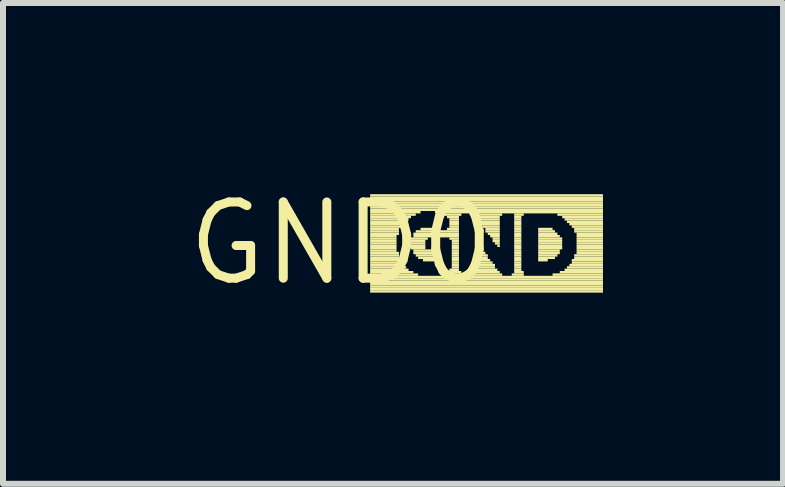
<source format=kicad_pcb>
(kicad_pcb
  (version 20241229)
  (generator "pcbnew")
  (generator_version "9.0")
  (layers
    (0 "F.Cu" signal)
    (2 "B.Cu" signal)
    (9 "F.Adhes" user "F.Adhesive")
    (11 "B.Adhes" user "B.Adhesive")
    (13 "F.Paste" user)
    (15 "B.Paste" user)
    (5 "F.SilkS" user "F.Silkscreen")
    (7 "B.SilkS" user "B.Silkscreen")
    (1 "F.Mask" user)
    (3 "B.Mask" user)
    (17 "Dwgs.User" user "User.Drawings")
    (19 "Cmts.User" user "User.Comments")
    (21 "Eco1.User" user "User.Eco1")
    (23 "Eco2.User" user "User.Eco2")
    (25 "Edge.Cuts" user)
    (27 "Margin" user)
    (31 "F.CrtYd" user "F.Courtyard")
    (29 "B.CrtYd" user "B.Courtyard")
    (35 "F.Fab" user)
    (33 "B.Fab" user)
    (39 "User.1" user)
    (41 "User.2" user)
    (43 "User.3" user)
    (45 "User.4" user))
  (footprint "GND0"
    (layer "F.Cu")
    (at 2.638 1.006)
    (property "Reference" "GND0" (at 0 0 0) (layer "F.SilkS") (effects (font (size 1.27 1.27) (thickness 0.15))))
    (attr through_hole)
    (fp_poly (pts (xy 0.48 -0.78) (xy 4.36 -0.78) (xy 4.36 -0.82) (xy 0.48 -0.82)) (stroke (width 0) (type solid)) (fill yes) (layer "F.SilkS"))
    (fp_poly (pts (xy 0.48 -0.74) (xy 4.36 -0.74) (xy 4.36 -0.78) (xy 0.48 -0.78)) (stroke (width 0) (type solid)) (fill yes) (layer "F.SilkS"))
    (fp_poly (pts (xy 0.48 -0.7) (xy 4.36 -0.7) (xy 4.36 -0.74) (xy 0.48 -0.74)) (stroke (width 0) (type solid)) (fill yes) (layer "F.SilkS"))
    (fp_poly (pts (xy 0.48 -0.66) (xy 4.36 -0.66) (xy 4.36 -0.7) (xy 0.48 -0.7)) (stroke (width 0) (type solid)) (fill yes) (layer "F.SilkS"))
    (fp_poly (pts (xy 0.48 -0.62) (xy 4.36 -0.62) (xy 4.36 -0.66) (xy 0.48 -0.66)) (stroke (width 0) (type solid)) (fill yes) (layer "F.SilkS"))
    (fp_poly (pts (xy 0.48 -0.58) (xy 4.36 -0.58) (xy 4.36 -0.62) (xy 0.48 -0.62)) (stroke (width 0) (type solid)) (fill yes) (layer "F.SilkS"))
    (fp_poly (pts (xy 0.48 -0.54) (xy 4.36 -0.54) (xy 4.36 -0.58) (xy 0.48 -0.58)) (stroke (width 0) (type solid)) (fill yes) (layer "F.SilkS"))
    (fp_poly (pts (xy 0.48 -0.5) (xy 1.32 -0.5) (xy 1.32 -0.54) (xy 0.48 -0.54)) (stroke (width 0) (type solid)) (fill yes) (layer "F.SilkS"))
    (fp_poly (pts (xy 0.48 -0.46) (xy 1.24 -0.46) (xy 1.24 -0.5) (xy 0.48 -0.5)) (stroke (width 0) (type solid)) (fill yes) (layer "F.SilkS"))
    (fp_poly (pts (xy 0.48 -0.42) (xy 1.16 -0.42) (xy 1.16 -0.46) (xy 0.48 -0.46)) (stroke (width 0) (type solid)) (fill yes) (layer "F.SilkS"))
    (fp_poly (pts (xy 0.48 -0.38) (xy 1.12 -0.38) (xy 1.12 -0.42) (xy 0.48 -0.42)) (stroke (width 0) (type solid)) (fill yes) (layer "F.SilkS"))
    (fp_poly (pts (xy 0.48 -0.34) (xy 1.04 -0.34) (xy 1.04 -0.38) (xy 0.48 -0.38)) (stroke (width 0) (type solid)) (fill yes) (layer "F.SilkS"))
    (fp_poly (pts (xy 0.48 -0.3) (xy 1.04 -0.3) (xy 1.04 -0.34) (xy 0.48 -0.34)) (stroke (width 0) (type solid)) (fill yes) (layer "F.SilkS"))
    (fp_poly (pts (xy 0.48 -0.26) (xy 1 -0.26) (xy 1 -0.3) (xy 0.48 -0.3)) (stroke (width 0) (type solid)) (fill yes) (layer "F.SilkS"))
    (fp_poly (pts (xy 0.48 -0.22) (xy 0.96 -0.22) (xy 0.96 -0.26) (xy 0.48 -0.26)) (stroke (width 0) (type solid)) (fill yes) (layer "F.SilkS"))
    (fp_poly (pts (xy 0.48 -0.18) (xy 0.96 -0.18) (xy 0.96 -0.22) (xy 0.48 -0.22)) (stroke (width 0) (type solid)) (fill yes) (layer "F.SilkS"))
    (fp_poly (pts (xy 0.48 -0.14) (xy 0.96 -0.14) (xy 0.96 -0.18) (xy 0.48 -0.18)) (stroke (width 0) (type solid)) (fill yes) (layer "F.SilkS"))
    (fp_poly (pts (xy 0.48 -0.1) (xy 0.92 -0.1) (xy 0.92 -0.14) (xy 0.48 -0.14)) (stroke (width 0) (type solid)) (fill yes) (layer "F.SilkS"))
    (fp_poly (pts (xy 0.48 -0.06) (xy 0.92 -0.06) (xy 0.92 -0.1) (xy 0.48 -0.1)) (stroke (width 0) (type solid)) (fill yes) (layer "F.SilkS"))
    (fp_poly (pts (xy 0.48 -0.02) (xy 0.92 -0.02) (xy 0.92 -0.06) (xy 0.48 -0.06)) (stroke (width 0) (type solid)) (fill yes) (layer "F.SilkS"))
    (fp_poly (pts (xy 0.48 0.02) (xy 0.92 0.02) (xy 0.92 -0.02) (xy 0.48 -0.02)) (stroke (width 0) (type solid)) (fill yes) (layer "F.SilkS"))
    (fp_poly (pts (xy 0.48 0.06) (xy 0.92 0.06) (xy 0.92 0.02) (xy 0.48 0.02)) (stroke (width 0) (type solid)) (fill yes) (layer "F.SilkS"))
    (fp_poly (pts (xy 0.48 0.1) (xy 0.92 0.1) (xy 0.92 0.06) (xy 0.48 0.06)) (stroke (width 0) (type solid)) (fill yes) (layer "F.SilkS"))
    (fp_poly (pts (xy 0.48 0.14) (xy 0.92 0.14) (xy 0.92 0.1) (xy 0.48 0.1)) (stroke (width 0) (type solid)) (fill yes) (layer "F.SilkS"))
    (fp_poly (pts (xy 0.48 0.18) (xy 0.96 0.18) (xy 0.96 0.14) (xy 0.48 0.14)) (stroke (width 0) (type solid)) (fill yes) (layer "F.SilkS"))
    (fp_poly (pts (xy 0.48 0.22) (xy 0.96 0.22) (xy 0.96 0.18) (xy 0.48 0.18)) (stroke (width 0) (type solid)) (fill yes) (layer "F.SilkS"))
    (fp_poly (pts (xy 0.48 0.26) (xy 0.96 0.26) (xy 0.96 0.22) (xy 0.48 0.22)) (stroke (width 0) (type solid)) (fill yes) (layer "F.SilkS"))
    (fp_poly (pts (xy 0.48 0.3) (xy 1 0.3) (xy 1 0.26) (xy 0.48 0.26)) (stroke (width 0) (type solid)) (fill yes) (layer "F.SilkS"))
    (fp_poly (pts (xy 0.48 0.34) (xy 1 0.34) (xy 1 0.3) (xy 0.48 0.3)) (stroke (width 0) (type solid)) (fill yes) (layer "F.SilkS"))
    (fp_poly (pts (xy 0.48 0.38) (xy 1.04 0.38) (xy 1.04 0.34) (xy 0.48 0.34)) (stroke (width 0) (type solid)) (fill yes) (layer "F.SilkS"))
    (fp_poly (pts (xy 0.48 0.42) (xy 1.08 0.42) (xy 1.08 0.38) (xy 0.48 0.38)) (stroke (width 0) (type solid)) (fill yes) (layer "F.SilkS"))
    (fp_poly (pts (xy 0.48 0.46) (xy 1.12 0.46) (xy 1.12 0.42) (xy 0.48 0.42)) (stroke (width 0) (type solid)) (fill yes) (layer "F.SilkS"))
    (fp_poly (pts (xy 0.48 0.5) (xy 1.2 0.5) (xy 1.2 0.46) (xy 0.48 0.46)) (stroke (width 0) (type solid)) (fill yes) (layer "F.SilkS"))
    (fp_poly (pts (xy 0.48 0.54) (xy 1.28 0.54) (xy 1.28 0.5) (xy 0.48 0.5)) (stroke (width 0) (type solid)) (fill yes) (layer "F.SilkS"))
    (fp_poly (pts (xy 0.48 0.58) (xy 4.36 0.58) (xy 4.36 0.54) (xy 0.48 0.54)) (stroke (width 0) (type solid)) (fill yes) (layer "F.SilkS"))
    (fp_poly (pts (xy 0.48 0.62) (xy 4.36 0.62) (xy 4.36 0.58) (xy 0.48 0.58)) (stroke (width 0) (type solid)) (fill yes) (layer "F.SilkS"))
    (fp_poly (pts (xy 0.48 0.66) (xy 4.36 0.66) (xy 4.36 0.62) (xy 0.48 0.62)) (stroke (width 0) (type solid)) (fill yes) (layer "F.SilkS"))
    (fp_poly (pts (xy 0.48 0.7) (xy 4.36 0.7) (xy 4.36 0.66) (xy 0.48 0.66)) (stroke (width 0) (type solid)) (fill yes) (layer "F.SilkS"))
    (fp_poly (pts (xy 0.48 0.74) (xy 4.36 0.74) (xy 4.36 0.7) (xy 0.48 0.7)) (stroke (width 0) (type solid)) (fill yes) (layer "F.SilkS"))
    (fp_poly (pts (xy 0.48 0.78) (xy 4.36 0.78) (xy 4.36 0.74) (xy 0.48 0.74)) (stroke (width 0) (type solid)) (fill yes) (layer "F.SilkS"))
    (fp_poly (pts (xy 0.48 0.82) (xy 4.36 0.82) (xy 4.36 0.78) (xy 0.48 0.78)) (stroke (width 0) (type solid)) (fill yes) (layer "F.SilkS"))
    (fp_poly (pts (xy 1.16 -0.06) (xy 1.44 -0.06) (xy 1.44 -0.1) (xy 1.16 -0.1)) (stroke (width 0) (type solid)) (fill yes) (layer "F.SilkS"))
    (fp_poly (pts (xy 1.16 -0.02) (xy 1.4 -0.02) (xy 1.4 -0.06) (xy 1.16 -0.06)) (stroke (width 0) (type solid)) (fill yes) (layer "F.SilkS"))
    (fp_poly (pts (xy 1.16 0.02) (xy 1.4 0.02) (xy 1.4 -0.02) (xy 1.16 -0.02)) (stroke (width 0) (type solid)) (fill yes) (layer "F.SilkS"))
    (fp_poly (pts (xy 1.16 0.06) (xy 1.4 0.06) (xy 1.4 0.02) (xy 1.16 0.02)) (stroke (width 0) (type solid)) (fill yes) (layer "F.SilkS"))
    (fp_poly (pts (xy 1.16 0.1) (xy 1.4 0.1) (xy 1.4 0.06) (xy 1.16 0.06)) (stroke (width 0) (type solid)) (fill yes) (layer "F.SilkS"))
    (fp_poly (pts (xy 1.2 -0.14) (xy 1.96 -0.14) (xy 1.96 -0.18) (xy 1.2 -0.18)) (stroke (width 0) (type solid)) (fill yes) (layer "F.SilkS"))
    (fp_poly (pts (xy 1.2 -0.1) (xy 1.96 -0.1) (xy 1.96 -0.14) (xy 1.2 -0.14)) (stroke (width 0) (type solid)) (fill yes) (layer "F.SilkS"))
    (fp_poly (pts (xy 1.2 0.14) (xy 1.6 0.14) (xy 1.6 0.1) (xy 1.2 0.1)) (stroke (width 0) (type solid)) (fill yes) (layer "F.SilkS"))
    (fp_poly (pts (xy 1.2 0.18) (xy 1.6 0.18) (xy 1.6 0.14) (xy 1.2 0.14)) (stroke (width 0) (type solid)) (fill yes) (layer "F.SilkS"))
    (fp_poly (pts (xy 1.24 -0.18) (xy 1.96 -0.18) (xy 1.96 -0.22) (xy 1.24 -0.22)) (stroke (width 0) (type solid)) (fill yes) (layer "F.SilkS"))
    (fp_poly (pts (xy 1.24 0.22) (xy 1.6 0.22) (xy 1.6 0.18) (xy 1.24 0.18)) (stroke (width 0) (type solid)) (fill yes) (layer "F.SilkS"))
    (fp_poly (pts (xy 1.28 0.26) (xy 1.6 0.26) (xy 1.6 0.22) (xy 1.28 0.22)) (stroke (width 0) (type solid)) (fill yes) (layer "F.SilkS"))
    (fp_poly (pts (xy 1.32 -0.22) (xy 1.6 -0.22) (xy 1.6 -0.26) (xy 1.32 -0.26)) (stroke (width 0) (type solid)) (fill yes) (layer "F.SilkS"))
    (fp_poly (pts (xy 1.36 0.3) (xy 1.56 0.3) (xy 1.56 0.26) (xy 1.36 0.26)) (stroke (width 0) (type solid)) (fill yes) (layer "F.SilkS"))
    (fp_poly (pts (xy 1.56 -0.5) (xy 4.36 -0.5) (xy 4.36 -0.54) (xy 1.56 -0.54)) (stroke (width 0) (type solid)) (fill yes) (layer "F.SilkS"))
    (fp_poly (pts (xy 1.68 -0.46) (xy 2 -0.46) (xy 2 -0.5) (xy 1.68 -0.5)) (stroke (width 0) (type solid)) (fill yes) (layer "F.SilkS"))
    (fp_poly (pts (xy 1.68 0.54) (xy 2 0.54) (xy 2 0.5) (xy 1.68 0.5)) (stroke (width 0) (type solid)) (fill yes) (layer "F.SilkS"))
    (fp_poly (pts (xy 1.76 -0.42) (xy 1.96 -0.42) (xy 1.96 -0.46) (xy 1.76 -0.46)) (stroke (width 0) (type solid)) (fill yes) (layer "F.SilkS"))
    (fp_poly (pts (xy 1.76 -0.22) (xy 1.96 -0.22) (xy 1.96 -0.26) (xy 1.76 -0.26)) (stroke (width 0) (type solid)) (fill yes) (layer "F.SilkS"))
    (fp_poly (pts (xy 1.76 0.5) (xy 2 0.5) (xy 2 0.46) (xy 1.76 0.46)) (stroke (width 0) (type solid)) (fill yes) (layer "F.SilkS"))
    (fp_poly (pts (xy 1.8 -0.38) (xy 1.96 -0.38) (xy 1.96 -0.42) (xy 1.8 -0.42)) (stroke (width 0) (type solid)) (fill yes) (layer "F.SilkS"))
    (fp_poly (pts (xy 1.8 -0.34) (xy 1.96 -0.34) (xy 1.96 -0.38) (xy 1.8 -0.38)) (stroke (width 0) (type solid)) (fill yes) (layer "F.SilkS"))
    (fp_poly (pts (xy 1.8 -0.3) (xy 1.96 -0.3) (xy 1.96 -0.34) (xy 1.8 -0.34)) (stroke (width 0) (type solid)) (fill yes) (layer "F.SilkS"))
    (fp_poly (pts (xy 1.8 -0.26) (xy 1.96 -0.26) (xy 1.96 -0.3) (xy 1.8 -0.3)) (stroke (width 0) (type solid)) (fill yes) (layer "F.SilkS"))
    (fp_poly (pts (xy 1.8 -0.06) (xy 1.96 -0.06) (xy 1.96 -0.1) (xy 1.8 -0.1)) (stroke (width 0) (type solid)) (fill yes) (layer "F.SilkS"))
    (fp_poly (pts (xy 1.8 0.46) (xy 1.96 0.46) (xy 1.96 0.42) (xy 1.8 0.42)) (stroke (width 0) (type solid)) (fill yes) (layer "F.SilkS"))
    (fp_poly (pts (xy 1.84 -0.02) (xy 1.96 -0.02) (xy 1.96 -0.06) (xy 1.84 -0.06)) (stroke (width 0) (type solid)) (fill yes) (layer "F.SilkS"))
    (fp_poly (pts (xy 1.84 0.02) (xy 1.96 0.02) (xy 1.96 -0.02) (xy 1.84 -0.02)) (stroke (width 0) (type solid)) (fill yes) (layer "F.SilkS"))
    (fp_poly (pts (xy 1.84 0.06) (xy 1.96 0.06) (xy 1.96 0.02) (xy 1.84 0.02)) (stroke (width 0) (type solid)) (fill yes) (layer "F.SilkS"))
    (fp_poly (pts (xy 1.84 0.1) (xy 1.96 0.1) (xy 1.96 0.06) (xy 1.84 0.06)) (stroke (width 0) (type solid)) (fill yes) (layer "F.SilkS"))
    (fp_poly (pts (xy 1.84 0.14) (xy 1.96 0.14) (xy 1.96 0.1) (xy 1.84 0.1)) (stroke (width 0) (type solid)) (fill yes) (layer "F.SilkS"))
    (fp_poly (pts (xy 1.84 0.18) (xy 1.96 0.18) (xy 1.96 0.14) (xy 1.84 0.14)) (stroke (width 0) (type solid)) (fill yes) (layer "F.SilkS"))
    (fp_poly (pts (xy 1.84 0.22) (xy 1.96 0.22) (xy 1.96 0.18) (xy 1.84 0.18)) (stroke (width 0) (type solid)) (fill yes) (layer "F.SilkS"))
    (fp_poly (pts (xy 1.84 0.26) (xy 1.96 0.26) (xy 1.96 0.22) (xy 1.84 0.22)) (stroke (width 0) (type solid)) (fill yes) (layer "F.SilkS"))
    (fp_poly (pts (xy 1.84 0.3) (xy 1.96 0.3) (xy 1.96 0.26) (xy 1.84 0.26)) (stroke (width 0) (type solid)) (fill yes) (layer "F.SilkS"))
    (fp_poly (pts (xy 1.84 0.34) (xy 1.96 0.34) (xy 1.96 0.3) (xy 1.84 0.3)) (stroke (width 0) (type solid)) (fill yes) (layer "F.SilkS"))
    (fp_poly (pts (xy 1.84 0.38) (xy 1.96 0.38) (xy 1.96 0.34) (xy 1.84 0.34)) (stroke (width 0) (type solid)) (fill yes) (layer "F.SilkS"))
    (fp_poly (pts (xy 1.84 0.42) (xy 1.96 0.42) (xy 1.96 0.38) (xy 1.84 0.38)) (stroke (width 0) (type solid)) (fill yes) (layer "F.SilkS"))
    (fp_poly (pts (xy 2.2 -0.46) (xy 2.68 -0.46) (xy 2.68 -0.5) (xy 2.2 -0.5)) (stroke (width 0) (type solid)) (fill yes) (layer "F.SilkS"))
    (fp_poly (pts (xy 2.2 0.5) (xy 2.64 0.5) (xy 2.64 0.46) (xy 2.2 0.46)) (stroke (width 0) (type solid)) (fill yes) (layer "F.SilkS"))
    (fp_poly (pts (xy 2.2 0.54) (xy 2.68 0.54) (xy 2.68 0.5) (xy 2.2 0.5)) (stroke (width 0) (type solid)) (fill yes) (layer "F.SilkS"))
    (fp_poly (pts (xy 2.24 -0.42) (xy 2.64 -0.42) (xy 2.64 -0.46) (xy 2.24 -0.46)) (stroke (width 0) (type solid)) (fill yes) (layer "F.SilkS"))
    (fp_poly (pts (xy 2.24 0.02) (xy 2.28 0.02) (xy 2.28 -0.02) (xy 2.24 -0.02)) (stroke (width 0) (type solid)) (fill yes) (layer "F.SilkS"))
    (fp_poly (pts (xy 2.24 0.06) (xy 2.32 0.06) (xy 2.32 0.02) (xy 2.24 0.02)) (stroke (width 0) (type solid)) (fill yes) (layer "F.SilkS"))
    (fp_poly (pts (xy 2.24 0.1) (xy 2.32 0.1) (xy 2.32 0.06) (xy 2.24 0.06)) (stroke (width 0) (type solid)) (fill yes) (layer "F.SilkS"))
    (fp_poly (pts (xy 2.24 0.14) (xy 2.36 0.14) (xy 2.36 0.1) (xy 2.24 0.1)) (stroke (width 0) (type solid)) (fill yes) (layer "F.SilkS"))
    (fp_poly (pts (xy 2.24 0.18) (xy 2.4 0.18) (xy 2.4 0.14) (xy 2.24 0.14)) (stroke (width 0) (type solid)) (fill yes) (layer "F.SilkS"))
    (fp_poly (pts (xy 2.24 0.22) (xy 2.44 0.22) (xy 2.44 0.18) (xy 2.24 0.18)) (stroke (width 0) (type solid)) (fill yes) (layer "F.SilkS"))
    (fp_poly (pts (xy 2.24 0.26) (xy 2.44 0.26) (xy 2.44 0.22) (xy 2.24 0.22)) (stroke (width 0) (type solid)) (fill yes) (layer "F.SilkS"))
    (fp_poly (pts (xy 2.24 0.3) (xy 2.48 0.3) (xy 2.48 0.26) (xy 2.24 0.26)) (stroke (width 0) (type solid)) (fill yes) (layer "F.SilkS"))
    (fp_poly (pts (xy 2.24 0.34) (xy 2.52 0.34) (xy 2.52 0.3) (xy 2.24 0.3)) (stroke (width 0) (type solid)) (fill yes) (layer "F.SilkS"))
    (fp_poly (pts (xy 2.24 0.38) (xy 2.56 0.38) (xy 2.56 0.34) (xy 2.24 0.34)) (stroke (width 0) (type solid)) (fill yes) (layer "F.SilkS"))
    (fp_poly (pts (xy 2.24 0.42) (xy 2.56 0.42) (xy 2.56 0.38) (xy 2.24 0.38)) (stroke (width 0) (type solid)) (fill yes) (layer "F.SilkS"))
    (fp_poly (pts (xy 2.24 0.46) (xy 2.6 0.46) (xy 2.6 0.42) (xy 2.24 0.42)) (stroke (width 0) (type solid)) (fill yes) (layer "F.SilkS"))
    (fp_poly (pts (xy 2.28 -0.38) (xy 2.64 -0.38) (xy 2.64 -0.42) (xy 2.28 -0.42)) (stroke (width 0) (type solid)) (fill yes) (layer "F.SilkS"))
    (fp_poly (pts (xy 2.28 -0.34) (xy 2.64 -0.34) (xy 2.64 -0.38) (xy 2.28 -0.38)) (stroke (width 0) (type solid)) (fill yes) (layer "F.SilkS"))
    (fp_poly (pts (xy 2.32 -0.3) (xy 2.64 -0.3) (xy 2.64 -0.34) (xy 2.32 -0.34)) (stroke (width 0) (type solid)) (fill yes) (layer "F.SilkS"))
    (fp_poly (pts (xy 2.36 -0.26) (xy 2.64 -0.26) (xy 2.64 -0.3) (xy 2.36 -0.3)) (stroke (width 0) (type solid)) (fill yes) (layer "F.SilkS"))
    (fp_poly (pts (xy 2.4 -0.22) (xy 2.64 -0.22) (xy 2.64 -0.26) (xy 2.4 -0.26)) (stroke (width 0) (type solid)) (fill yes) (layer "F.SilkS"))
    (fp_poly (pts (xy 2.4 -0.18) (xy 2.64 -0.18) (xy 2.64 -0.22) (xy 2.4 -0.22)) (stroke (width 0) (type solid)) (fill yes) (layer "F.SilkS"))
    (fp_poly (pts (xy 2.44 -0.14) (xy 2.64 -0.14) (xy 2.64 -0.18) (xy 2.44 -0.18)) (stroke (width 0) (type solid)) (fill yes) (layer "F.SilkS"))
    (fp_poly (pts (xy 2.48 -0.1) (xy 2.64 -0.1) (xy 2.64 -0.14) (xy 2.48 -0.14)) (stroke (width 0) (type solid)) (fill yes) (layer "F.SilkS"))
    (fp_poly (pts (xy 2.52 -0.06) (xy 2.64 -0.06) (xy 2.64 -0.1) (xy 2.52 -0.1)) (stroke (width 0) (type solid)) (fill yes) (layer "F.SilkS"))
    (fp_poly (pts (xy 2.52 -0.02) (xy 2.64 -0.02) (xy 2.64 -0.06) (xy 2.52 -0.06)) (stroke (width 0) (type solid)) (fill yes) (layer "F.SilkS"))
    (fp_poly (pts (xy 2.56 0.02) (xy 2.64 0.02) (xy 2.64 -0.02) (xy 2.56 -0.02)) (stroke (width 0) (type solid)) (fill yes) (layer "F.SilkS"))
    (fp_poly (pts (xy 2.6 0.06) (xy 2.64 0.06) (xy 2.64 0.02) (xy 2.6 0.02)) (stroke (width 0) (type solid)) (fill yes) (layer "F.SilkS"))
    (fp_poly (pts (xy 2.84 0.54) (xy 3.04 0.54) (xy 3.04 0.5) (xy 2.84 0.5)) (stroke (width 0) (type solid)) (fill yes) (layer "F.SilkS"))
    (fp_poly (pts (xy 2.88 -0.46) (xy 3.04 -0.46) (xy 3.04 -0.5) (xy 2.88 -0.5)) (stroke (width 0) (type solid)) (fill yes) (layer "F.SilkS"))
    (fp_poly (pts (xy 2.88 -0.42) (xy 3 -0.42) (xy 3 -0.46) (xy 2.88 -0.46)) (stroke (width 0) (type solid)) (fill yes) (layer "F.SilkS"))
    (fp_poly (pts (xy 2.88 -0.38) (xy 3 -0.38) (xy 3 -0.42) (xy 2.88 -0.42)) (stroke (width 0) (type solid)) (fill yes) (layer "F.SilkS"))
    (fp_poly (pts (xy 2.88 -0.34) (xy 3 -0.34) (xy 3 -0.38) (xy 2.88 -0.38)) (stroke (width 0) (type solid)) (fill yes) (layer "F.SilkS"))
    (fp_poly (pts (xy 2.88 -0.3) (xy 3 -0.3) (xy 3 -0.34) (xy 2.88 -0.34)) (stroke (width 0) (type solid)) (fill yes) (layer "F.SilkS"))
    (fp_poly (pts (xy 2.88 -0.26) (xy 3 -0.26) (xy 3 -0.3) (xy 2.88 -0.3)) (stroke (width 0) (type solid)) (fill yes) (layer "F.SilkS"))
    (fp_poly (pts (xy 2.88 -0.22) (xy 3 -0.22) (xy 3 -0.26) (xy 2.88 -0.26)) (stroke (width 0) (type solid)) (fill yes) (layer "F.SilkS"))
    (fp_poly (pts (xy 2.88 -0.18) (xy 3 -0.18) (xy 3 -0.22) (xy 2.88 -0.22)) (stroke (width 0) (type solid)) (fill yes) (layer "F.SilkS"))
    (fp_poly (pts (xy 2.88 -0.14) (xy 3 -0.14) (xy 3 -0.18) (xy 2.88 -0.18)) (stroke (width 0) (type solid)) (fill yes) (layer "F.SilkS"))
    (fp_poly (pts (xy 2.88 -0.1) (xy 3 -0.1) (xy 3 -0.14) (xy 2.88 -0.14)) (stroke (width 0) (type solid)) (fill yes) (layer "F.SilkS"))
    (fp_poly (pts (xy 2.88 -0.06) (xy 3 -0.06) (xy 3 -0.1) (xy 2.88 -0.1)) (stroke (width 0) (type solid)) (fill yes) (layer "F.SilkS"))
    (fp_poly (pts (xy 2.88 -0.02) (xy 3 -0.02) (xy 3 -0.06) (xy 2.88 -0.06)) (stroke (width 0) (type solid)) (fill yes) (layer "F.SilkS"))
    (fp_poly (pts (xy 2.88 0.02) (xy 3 0.02) (xy 3 -0.02) (xy 2.88 -0.02)) (stroke (width 0) (type solid)) (fill yes) (layer "F.SilkS"))
    (fp_poly (pts (xy 2.88 0.06) (xy 3 0.06) (xy 3 0.02) (xy 2.88 0.02)) (stroke (width 0) (type solid)) (fill yes) (layer "F.SilkS"))
    (fp_poly (pts (xy 2.88 0.1) (xy 3 0.1) (xy 3 0.06) (xy 2.88 0.06)) (stroke (width 0) (type solid)) (fill yes) (layer "F.SilkS"))
    (fp_poly (pts (xy 2.88 0.14) (xy 3 0.14) (xy 3 0.1) (xy 2.88 0.1)) (stroke (width 0) (type solid)) (fill yes) (layer "F.SilkS"))
    (fp_poly (pts (xy 2.88 0.18) (xy 3 0.18) (xy 3 0.14) (xy 2.88 0.14)) (stroke (width 0) (type solid)) (fill yes) (layer "F.SilkS"))
    (fp_poly (pts (xy 2.88 0.22) (xy 3 0.22) (xy 3 0.18) (xy 2.88 0.18)) (stroke (width 0) (type solid)) (fill yes) (layer "F.SilkS"))
    (fp_poly (pts (xy 2.88 0.26) (xy 3 0.26) (xy 3 0.22) (xy 2.88 0.22)) (stroke (width 0) (type solid)) (fill yes) (layer "F.SilkS"))
    (fp_poly (pts (xy 2.88 0.3) (xy 3 0.3) (xy 3 0.26) (xy 2.88 0.26)) (stroke (width 0) (type solid)) (fill yes) (layer "F.SilkS"))
    (fp_poly (pts (xy 2.88 0.34) (xy 3 0.34) (xy 3 0.3) (xy 2.88 0.3)) (stroke (width 0) (type solid)) (fill yes) (layer "F.SilkS"))
    (fp_poly (pts (xy 2.88 0.38) (xy 3 0.38) (xy 3 0.34) (xy 2.88 0.34)) (stroke (width 0) (type solid)) (fill yes) (layer "F.SilkS"))
    (fp_poly (pts (xy 2.88 0.42) (xy 3 0.42) (xy 3 0.38) (xy 2.88 0.38)) (stroke (width 0) (type solid)) (fill yes) (layer "F.SilkS"))
    (fp_poly (pts (xy 2.88 0.46) (xy 3 0.46) (xy 3 0.42) (xy 2.88 0.42)) (stroke (width 0) (type solid)) (fill yes) (layer "F.SilkS"))
    (fp_poly (pts (xy 2.88 0.5) (xy 3.04 0.5) (xy 3.04 0.46) (xy 2.88 0.46)) (stroke (width 0) (type solid)) (fill yes) (layer "F.SilkS"))
    (fp_poly (pts (xy 3.28 -0.22) (xy 3.52 -0.22) (xy 3.52 -0.26) (xy 3.28 -0.26)) (stroke (width 0) (type solid)) (fill yes) (layer "F.SilkS"))
    (fp_poly (pts (xy 3.28 -0.18) (xy 3.56 -0.18) (xy 3.56 -0.22) (xy 3.28 -0.22)) (stroke (width 0) (type solid)) (fill yes) (layer "F.SilkS"))
    (fp_poly (pts (xy 3.28 -0.14) (xy 3.6 -0.14) (xy 3.6 -0.18) (xy 3.28 -0.18)) (stroke (width 0) (type solid)) (fill yes) (layer "F.SilkS"))
    (fp_poly (pts (xy 3.28 -0.1) (xy 3.64 -0.1) (xy 3.64 -0.14) (xy 3.28 -0.14)) (stroke (width 0) (type solid)) (fill yes) (layer "F.SilkS"))
    (fp_poly (pts (xy 3.28 -0.06) (xy 3.68 -0.06) (xy 3.68 -0.1) (xy 3.28 -0.1)) (stroke (width 0) (type solid)) (fill yes) (layer "F.SilkS"))
    (fp_poly (pts (xy 3.28 -0.02) (xy 3.68 -0.02) (xy 3.68 -0.06) (xy 3.28 -0.06)) (stroke (width 0) (type solid)) (fill yes) (layer "F.SilkS"))
    (fp_poly (pts (xy 3.28 0.02) (xy 3.68 0.02) (xy 3.68 -0.02) (xy 3.28 -0.02)) (stroke (width 0) (type solid)) (fill yes) (layer "F.SilkS"))
    (fp_poly (pts (xy 3.28 0.06) (xy 3.68 0.06) (xy 3.68 0.02) (xy 3.28 0.02)) (stroke (width 0) (type solid)) (fill yes) (layer "F.SilkS"))
    (fp_poly (pts (xy 3.28 0.1) (xy 3.68 0.1) (xy 3.68 0.06) (xy 3.28 0.06)) (stroke (width 0) (type solid)) (fill yes) (layer "F.SilkS"))
    (fp_poly (pts (xy 3.28 0.14) (xy 3.64 0.14) (xy 3.64 0.1) (xy 3.28 0.1)) (stroke (width 0) (type solid)) (fill yes) (layer "F.SilkS"))
    (fp_poly (pts (xy 3.28 0.18) (xy 3.64 0.18) (xy 3.64 0.14) (xy 3.28 0.14)) (stroke (width 0) (type solid)) (fill yes) (layer "F.SilkS"))
    (fp_poly (pts (xy 3.28 0.22) (xy 3.6 0.22) (xy 3.6 0.18) (xy 3.28 0.18)) (stroke (width 0) (type solid)) (fill yes) (layer "F.SilkS"))
    (fp_poly (pts (xy 3.28 0.26) (xy 3.56 0.26) (xy 3.56 0.22) (xy 3.28 0.22)) (stroke (width 0) (type solid)) (fill yes) (layer "F.SilkS"))
    (fp_poly (pts (xy 3.28 0.3) (xy 3.44 0.3) (xy 3.44 0.26) (xy 3.28 0.26)) (stroke (width 0) (type solid)) (fill yes) (layer "F.SilkS"))
    (fp_poly (pts (xy 3.52 0.54) (xy 4.36 0.54) (xy 4.36 0.5) (xy 3.52 0.5)) (stroke (width 0) (type solid)) (fill yes) (layer "F.SilkS"))
    (fp_poly (pts (xy 3.6 -0.46) (xy 4.36 -0.46) (xy 4.36 -0.5) (xy 3.6 -0.5)) (stroke (width 0) (type solid)) (fill yes) (layer "F.SilkS"))
    (fp_poly (pts (xy 3.64 0.5) (xy 4.36 0.5) (xy 4.36 0.46) (xy 3.64 0.46)) (stroke (width 0) (type solid)) (fill yes) (layer "F.SilkS"))
    (fp_poly (pts (xy 3.68 -0.42) (xy 4.36 -0.42) (xy 4.36 -0.46) (xy 3.68 -0.46)) (stroke (width 0) (type solid)) (fill yes) (layer "F.SilkS"))
    (fp_poly (pts (xy 3.72 -0.38) (xy 4.36 -0.38) (xy 4.36 -0.42) (xy 3.72 -0.42)) (stroke (width 0) (type solid)) (fill yes) (layer "F.SilkS"))
    (fp_poly (pts (xy 3.72 0.46) (xy 4.36 0.46) (xy 4.36 0.42) (xy 3.72 0.42)) (stroke (width 0) (type solid)) (fill yes) (layer "F.SilkS"))
    (fp_poly (pts (xy 3.76 -0.34) (xy 4.36 -0.34) (xy 4.36 -0.38) (xy 3.76 -0.38)) (stroke (width 0) (type solid)) (fill yes) (layer "F.SilkS"))
    (fp_poly (pts (xy 3.76 0.42) (xy 4.36 0.42) (xy 4.36 0.38) (xy 3.76 0.38)) (stroke (width 0) (type solid)) (fill yes) (layer "F.SilkS"))
    (fp_poly (pts (xy 3.8 -0.3) (xy 4.36 -0.3) (xy 4.36 -0.34) (xy 3.8 -0.34)) (stroke (width 0) (type solid)) (fill yes) (layer "F.SilkS"))
    (fp_poly (pts (xy 3.8 0.38) (xy 4.36 0.38) (xy 4.36 0.34) (xy 3.8 0.34)) (stroke (width 0) (type solid)) (fill yes) (layer "F.SilkS"))
    (fp_poly (pts (xy 3.84 -0.26) (xy 4.36 -0.26) (xy 4.36 -0.3) (xy 3.84 -0.3)) (stroke (width 0) (type solid)) (fill yes) (layer "F.SilkS"))
    (fp_poly (pts (xy 3.84 0.3) (xy 4.36 0.3) (xy 4.36 0.26) (xy 3.84 0.26)) (stroke (width 0) (type solid)) (fill yes) (layer "F.SilkS"))
    (fp_poly (pts (xy 3.84 0.34) (xy 4.36 0.34) (xy 4.36 0.3) (xy 3.84 0.3)) (stroke (width 0) (type solid)) (fill yes) (layer "F.SilkS"))
    (fp_poly (pts (xy 3.88 -0.22) (xy 4.36 -0.22) (xy 4.36 -0.26) (xy 3.88 -0.26)) (stroke (width 0) (type solid)) (fill yes) (layer "F.SilkS"))
    (fp_poly (pts (xy 3.88 -0.18) (xy 4.36 -0.18) (xy 4.36 -0.22) (xy 3.88 -0.22)) (stroke (width 0) (type solid)) (fill yes) (layer "F.SilkS"))
    (fp_poly (pts (xy 3.88 0.22) (xy 4.36 0.22) (xy 4.36 0.18) (xy 3.88 0.18)) (stroke (width 0) (type solid)) (fill yes) (layer "F.SilkS"))
    (fp_poly (pts (xy 3.88 0.26) (xy 4.36 0.26) (xy 4.36 0.22) (xy 3.88 0.22)) (stroke (width 0) (type solid)) (fill yes) (layer "F.SilkS"))
    (fp_poly (pts (xy 3.92 -0.14) (xy 4.36 -0.14) (xy 4.36 -0.18) (xy 3.92 -0.18)) (stroke (width 0) (type solid)) (fill yes) (layer "F.SilkS"))
    (fp_poly (pts (xy 3.92 -0.1) (xy 4.36 -0.1) (xy 4.36 -0.14) (xy 3.92 -0.14)) (stroke (width 0) (type solid)) (fill yes) (layer "F.SilkS"))
    (fp_poly (pts (xy 3.92 -0.06) (xy 4.36 -0.06) (xy 4.36 -0.1) (xy 3.92 -0.1)) (stroke (width 0) (type solid)) (fill yes) (layer "F.SilkS"))
    (fp_poly (pts (xy 3.92 -0.02) (xy 4.36 -0.02) (xy 4.36 -0.06) (xy 3.92 -0.06)) (stroke (width 0) (type solid)) (fill yes) (layer "F.SilkS"))
    (fp_poly (pts (xy 3.92 0.02) (xy 4.36 0.02) (xy 4.36 -0.02) (xy 3.92 -0.02)) (stroke (width 0) (type solid)) (fill yes) (layer "F.SilkS"))
    (fp_poly (pts (xy 3.92 0.06) (xy 4.36 0.06) (xy 4.36 0.02) (xy 3.92 0.02)) (stroke (width 0) (type solid)) (fill yes) (layer "F.SilkS"))
    (fp_poly (pts (xy 3.92 0.1) (xy 4.36 0.1) (xy 4.36 0.06) (xy 3.92 0.06)) (stroke (width 0) (type solid)) (fill yes) (layer "F.SilkS"))
    (fp_poly (pts (xy 3.92 0.14) (xy 4.36 0.14) (xy 4.36 0.1) (xy 3.92 0.1)) (stroke (width 0) (type solid)) (fill yes) (layer "F.SilkS"))
    (fp_poly (pts (xy 3.92 0.18) (xy 4.36 0.18) (xy 4.36 0.14) (xy 3.92 0.14)) (stroke (width 0) (type solid)) (fill yes) (layer "F.SilkS")))
  (gr_rect
    (start -3 -3)
    (end 9.998 5.012)
    (stroke (width 0.1) (type default))
    (fill no)
    (layer "Edge.Cuts")))
</source>
